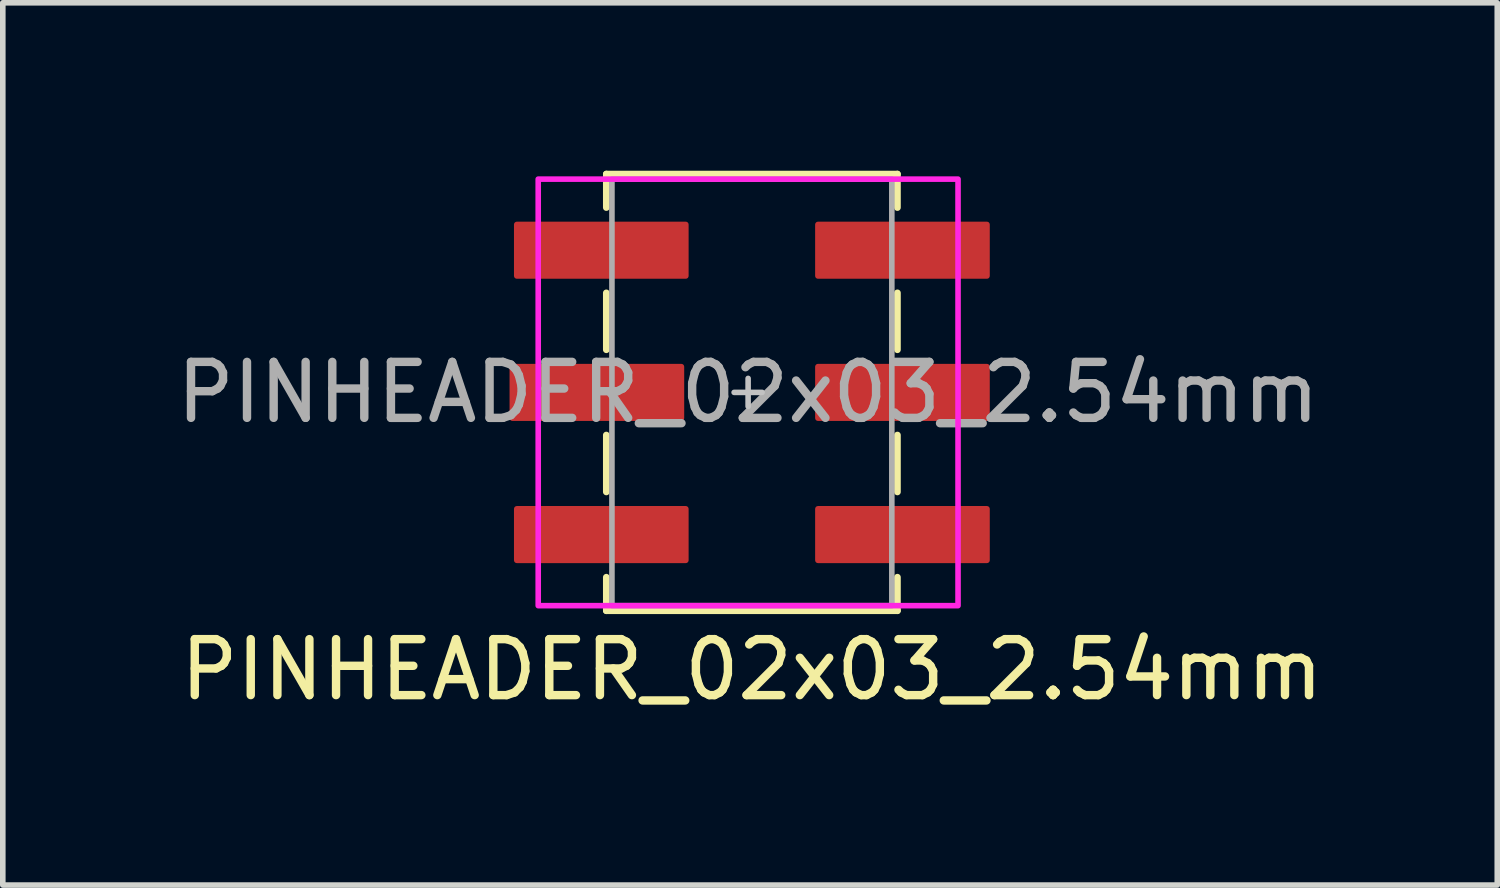
<source format=kicad_pcb>
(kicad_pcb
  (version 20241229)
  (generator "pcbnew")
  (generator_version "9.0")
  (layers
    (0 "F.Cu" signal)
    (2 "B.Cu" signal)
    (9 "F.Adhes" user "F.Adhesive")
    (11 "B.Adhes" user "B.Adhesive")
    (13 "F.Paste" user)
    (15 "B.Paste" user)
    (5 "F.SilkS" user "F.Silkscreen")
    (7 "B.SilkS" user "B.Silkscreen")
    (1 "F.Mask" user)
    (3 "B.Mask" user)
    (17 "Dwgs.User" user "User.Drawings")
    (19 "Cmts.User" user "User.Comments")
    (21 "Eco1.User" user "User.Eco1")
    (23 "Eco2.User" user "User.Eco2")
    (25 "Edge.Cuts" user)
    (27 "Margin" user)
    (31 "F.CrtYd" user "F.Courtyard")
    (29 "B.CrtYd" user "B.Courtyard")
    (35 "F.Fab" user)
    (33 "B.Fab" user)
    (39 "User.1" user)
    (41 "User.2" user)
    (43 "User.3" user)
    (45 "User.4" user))
  (footprint "PINHEADER_02x03_2.54mm"
    (layer "F.Cu")
    (at 10.382 3.96)
    (property "Reference" "PINHEADER_02x03_2.54mm" (at 0 4.953 0) (unlocked yes) (layer "F.SilkS") (effects (font (size 1 1) (thickness 0.15))))
    (attr smd)
    (fp_line (start -2.6 -3.9) (end -2.6 -3.302) (stroke (width 0.12) (type solid)) (layer "F.SilkS"))
    (fp_line (start -2.6 -3.9) (end 2.6 -3.9) (stroke (width 0.12) (type solid)) (layer "F.SilkS"))
    (fp_line (start -2.6 -1.778) (end -2.6 -0.762) (stroke (width 0.12) (type solid)) (layer "F.SilkS"))
    (fp_line (start -2.6 0.762) (end -2.6 1.778) (stroke (width 0.12) (type solid)) (layer "F.SilkS"))
    (fp_line (start -2.6 3.9) (end -2.6 3.302) (stroke (width 0.12) (type solid)) (layer "F.SilkS"))
    (fp_line (start -2.6 3.9) (end 2.6 3.9) (stroke (width 0.12) (type solid)) (layer "F.SilkS"))
    (fp_line (start 2.6 -3.9) (end 2.6 -3.302) (stroke (width 0.12) (type solid)) (layer "F.SilkS"))
    (fp_line (start 2.6 -1.778) (end 2.6 -0.762) (stroke (width 0.12) (type solid)) (layer "F.SilkS"))
    (fp_line (start 2.6 0.762) (end 2.6 1.778) (stroke (width 0.12) (type solid)) (layer "F.SilkS"))
    (fp_line (start 2.6 3.9) (end 2.6 3.302) (stroke (width 0.12) (type solid)) (layer "F.SilkS"))
    (fp_line (start -0.067 -0.25) (end -0.067 0.25) (stroke (width 0.1) (type solid)) (layer "Dwgs.User"))
    (fp_line (start 0.183 0) (end -0.317 0) (stroke (width 0.1) (type solid)) (layer "Dwgs.User"))
    (fp_rect (start 3.683 -3.81) (end -3.817 3.81) (stroke (width 0.1) (type solid)) (fill no) (layer "F.CrtYd"))
    (fp_rect (start 2.5 -3.81) (end -2.5 3.81) (stroke (width 0.1) (type solid)) (fill no) (layer "F.Fab"))
    (fp_text user "${REFERENCE}" (at -0.067 0 0) (unlocked yes) (layer "F.Fab") (effects (font (size 1 1) (thickness 0.15))))
    (pad "1" smd roundrect (at -2.69 -2.54 90) (size 1.02 3.12) (layers "F.Cu" "F.Mask" "F.Paste") (roundrect_rratio 0.05))
    (pad "2" smd roundrect (at 2.69 -2.54 90) (size 1.02 3.12) (layers "F.Cu" "F.Mask" "F.Paste") (roundrect_rratio 0.05))
    (pad "3" smd roundrect (at -2.769 0 90) (size 1.02 3.12) (layers "F.Cu" "F.Mask" "F.Paste") (roundrect_rratio 0.05))
    (pad "4" smd roundrect (at 2.69 0 90) (size 1.02 3.12) (layers "F.Cu" "F.Mask" "F.Paste") (roundrect_rratio 0.05))
    (pad "5" smd roundrect (at -2.69 2.54 90) (size 1.02 3.12) (layers "F.Cu" "F.Mask" "F.Paste") (roundrect_rratio 0.05))
    (pad "6" smd roundrect (at 2.69 2.54 90) (size 1.02 3.12) (layers "F.Cu" "F.Mask" "F.Paste") (roundrect_rratio 0.05)))
  (gr_rect
    (start -3 -3)
    (end 23.698 12.761)
    (stroke (width 0.1) (type default))
    (fill no)
    (layer "Edge.Cuts")))
</source>
